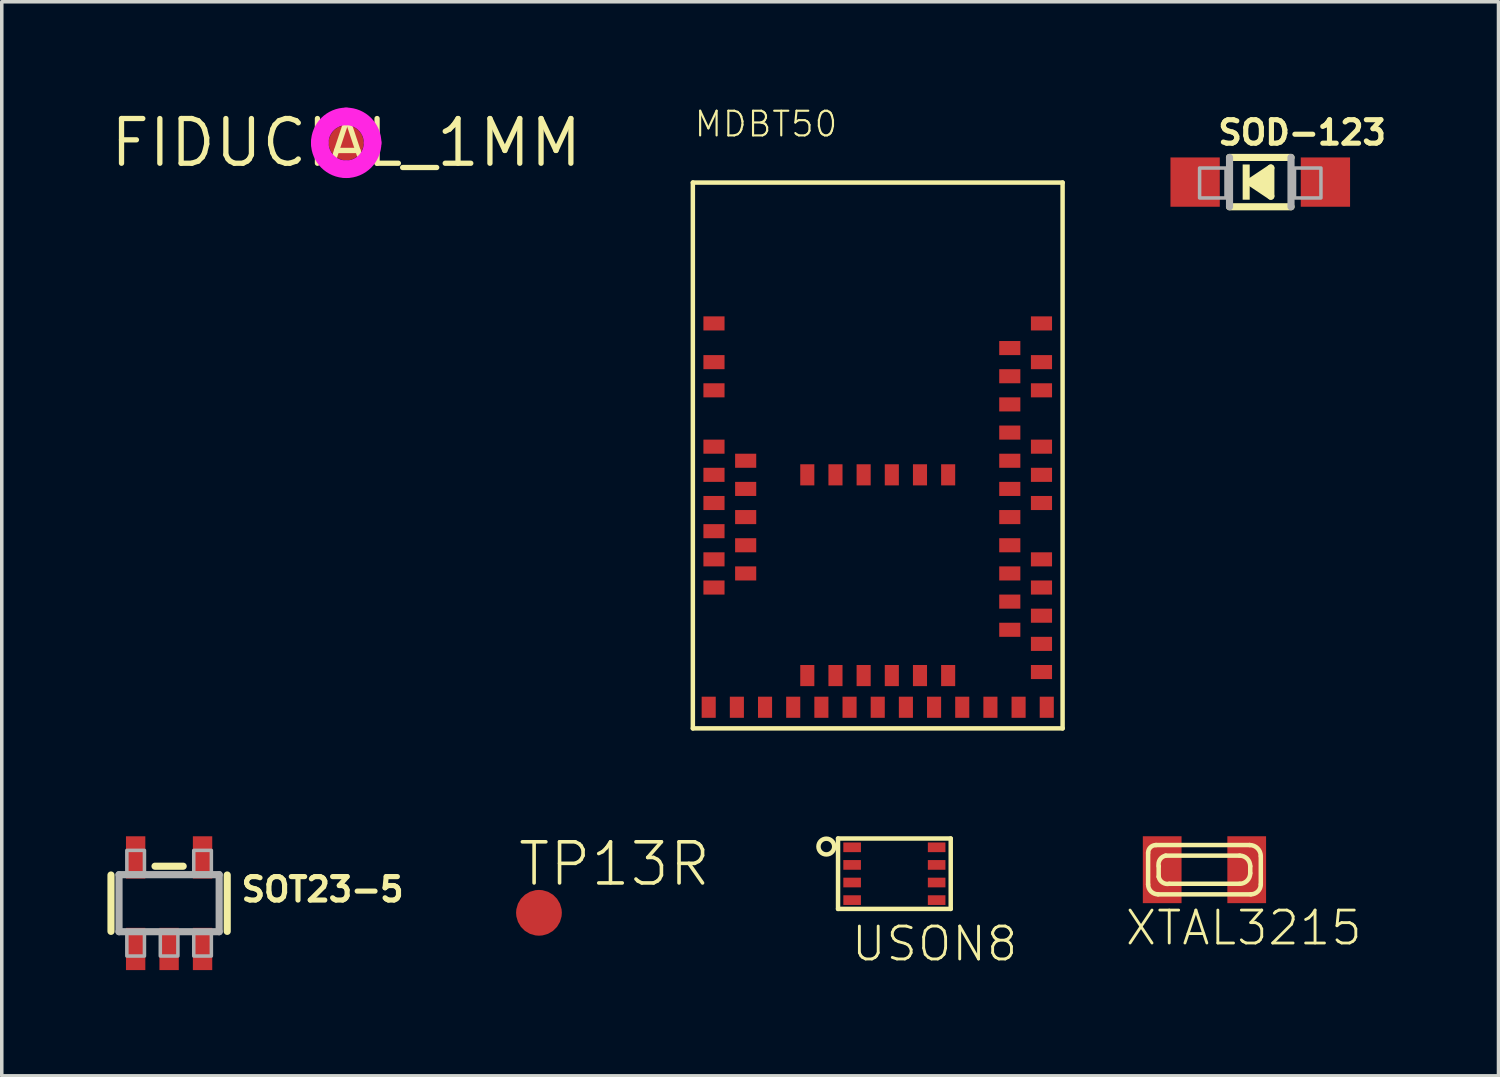
<source format=kicad_pcb>
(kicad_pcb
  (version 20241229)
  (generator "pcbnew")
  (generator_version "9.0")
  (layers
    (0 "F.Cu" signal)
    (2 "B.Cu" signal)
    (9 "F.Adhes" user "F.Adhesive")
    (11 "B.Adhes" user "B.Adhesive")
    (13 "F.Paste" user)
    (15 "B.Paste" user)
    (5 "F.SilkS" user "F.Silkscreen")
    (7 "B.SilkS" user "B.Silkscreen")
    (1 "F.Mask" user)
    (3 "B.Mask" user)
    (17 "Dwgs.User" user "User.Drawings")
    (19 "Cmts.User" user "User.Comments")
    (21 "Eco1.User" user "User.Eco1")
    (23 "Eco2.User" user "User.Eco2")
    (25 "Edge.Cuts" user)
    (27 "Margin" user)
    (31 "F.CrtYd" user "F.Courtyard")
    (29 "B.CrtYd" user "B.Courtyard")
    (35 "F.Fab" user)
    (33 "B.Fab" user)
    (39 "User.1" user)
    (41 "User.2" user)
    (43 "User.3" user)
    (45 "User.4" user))
  (footprint "USON8"
    (layer "F.Cu")
    (at 22.348 21.761)
    (property "Reference" "USON8" (at -1.27 2.54 0) (layer "F.SilkS") (effects (font (size 0.935 0.935) (thickness 0.081)) (justify left bottom)))
    (fp_line (start -1.6 -1) (end 1.6 -1) (stroke (width 0.127) (type solid)) (layer "F.SilkS"))
    (fp_line (start -1.6 1) (end -1.6 -1) (stroke (width 0.127) (type solid)) (layer "F.SilkS"))
    (fp_line (start 1.6 -1) (end 1.6 1) (stroke (width 0.127) (type solid)) (layer "F.SilkS"))
    (fp_line (start 1.6 1) (end -1.6 1) (stroke (width 0.127) (type solid)) (layer "F.SilkS"))
    (fp_circle (center -1.932 -0.771) (end -1.708 -0.771) (stroke (width 0.127) (type solid)) (fill no) (layer "F.SilkS"))
    (pad "1" smd rect (at -1.2 -0.75 90) (size 0.275 0.5) (layers "F.Cu" "F.Mask" "F.Paste"))
    (pad "2" smd rect (at -1.2 -0.25 90) (size 0.275 0.5) (layers "F.Cu" "F.Mask" "F.Paste"))
    (pad "3" smd rect (at -1.2 0.25 90) (size 0.275 0.5) (layers "F.Cu" "F.Mask" "F.Paste"))
    (pad "4" smd rect (at -1.2 0.75 90) (size 0.275 0.5) (layers "F.Cu" "F.Mask" "F.Paste"))
    (pad "5" smd rect (at 1.2 0.75 90) (size 0.275 0.5) (layers "F.Cu" "F.Mask" "F.Paste"))
    (pad "6" smd rect (at 1.2 0.25 90) (size 0.275 0.5) (layers "F.Cu" "F.Mask" "F.Paste"))
    (pad "7" smd rect (at 1.2 -0.25 90) (size 0.275 0.5) (layers "F.Cu" "F.Mask" "F.Paste"))
    (pad "8" smd rect (at 1.2 -0.75 90) (size 0.275 0.5) (layers "F.Cu" "F.Mask" "F.Paste")))
  (footprint "SOD-123"
    (layer "F.Cu")
    (at 32.738 2.121)
    (property "Reference" "SOD-123" (at -1.27 -1.016 0) (layer "F.SilkS") (effects (font (size 0.666 0.666) (thickness 0.146)) (justify left bottom)))
    (fp_line (start -0.873 -0.7) (end 0.873 -0.7) (stroke (width 0.203) (type solid)) (layer "F.SilkS"))
    (fp_line (start -0.3 0) (end 0.3 -0.4) (stroke (width 0.203) (type solid)) (layer "F.SilkS"))
    (fp_line (start 0.3 -0.4) (end 0.3 0.4) (stroke (width 0.203) (type solid)) (layer "F.SilkS"))
    (fp_line (start 0.3 0.4) (end -0.3 0) (stroke (width 0.203) (type solid)) (layer "F.SilkS"))
    (fp_line (start 0.873 0.7) (end -0.873 0.7) (stroke (width 0.203) (type solid)) (layer "F.SilkS"))
    (fp_poly (pts (xy 0.302 0.39) (xy -0.283 0) (xy 0.302 -0.39)) (stroke (width 0) (type solid)) (fill yes) (layer "F.SilkS"))
    (fp_poly (pts (xy -0.5 0.5) (xy -0.3 0.5) (xy -0.3 -0.5) (xy -0.5 -0.5)) (stroke (width 0) (type solid)) (fill yes) (layer "F.SilkS"))
    (fp_line (start -0.873 0.7) (end -0.873 -0.7) (stroke (width 0.203) (type solid)) (layer "F.Fab"))
    (fp_line (start 0.873 -0.7) (end 0.873 0.7) (stroke (width 0.203) (type solid)) (layer "F.Fab"))
    (fp_poly (pts (xy -1.723 0.45) (xy -0.973 0.45) (xy -0.973 -0.4) (xy -1.723 -0.4)) (stroke (width 0.1) (type solid)) (fill no) (layer "F.Fab"))
    (fp_poly (pts (xy 0.973 0.45) (xy 1.723 0.45) (xy 1.723 -0.4) (xy 0.973 -0.4)) (stroke (width 0.1) (type solid)) (fill no) (layer "F.Fab"))
    (pad "A" smd rect (at 1.85 0 90) (size 1.4 1.4) (layers "F.Cu" "F.Mask" "F.Paste"))
    (pad "C" smd rect (at -1.85 0 90) (size 1.4 1.4) (layers "F.Cu" "F.Mask" "F.Paste")))
  (footprint "FIDUCIAL_1MM"
    (layer "F.Cu")
    (at 6.781 1.006)
    (property "Reference" "FIDUCIAL_1MM" (at 0 0 0) (layer "F.SilkS") (effects (font (size 1.27 1.27) (thickness 0.15))))
    (fp_arc (start -0.75 0) (mid -0.53033 -0.53033) (end 0 -0.75) (stroke (width 0.5) (type solid)) (layer "F.Mask"))
    (fp_arc (start 0 -0.75) (mid 0.53033 -0.53033) (end 0.75 0) (stroke (width 0.5) (type solid)) (layer "F.Mask"))
    (fp_arc (start 0 0.75) (mid -0.53033 0.53033) (end -0.75 0) (stroke (width 0.5) (type solid)) (layer "F.Mask"))
    (fp_arc (start 0.75 0) (mid 0.53033 0.53033) (end 0 0.75) (stroke (width 0.5) (type solid)) (layer "F.Mask"))
    (fp_arc (start -0.75 0) (mid -0.53033 -0.53033) (end 0 -0.75) (stroke (width 0.5) (type solid)) (layer "F.CrtYd"))
    (fp_arc (start 0 -0.75) (mid 0.53033 -0.53033) (end 0.75 0) (stroke (width 0.5) (type solid)) (layer "F.CrtYd"))
    (fp_arc (start 0 0.75) (mid -0.53033 0.53033) (end -0.75 0) (stroke (width 0.5) (type solid)) (layer "F.CrtYd"))
    (fp_arc (start 0.75 0) (mid 0.53033 0.53033) (end 0 0.75) (stroke (width 0.5) (type solid)) (layer "F.CrtYd"))
    (pad "1" smd roundrect (at 0 0) (size 1 1) (layers "F.Cu" "F.Mask") (roundrect_rratio 0.5)))
  (footprint "SOT23-5"
    (layer "F.Cu")
    (at 1.752 22.598)
    (property "Reference" "SOT23-5" (at 1.978 0 0) (layer "F.SilkS") (effects (font (size 0.666 0.666) (thickness 0.146)) (justify left bottom)))
    (fp_line (start -1.65 -0.8) (end -1.65 0.8) (stroke (width 0.203) (type solid)) (layer "F.SilkS"))
    (fp_line (start -0.4 -1.05) (end 0.4 -1.05) (stroke (width 0.203) (type solid)) (layer "F.SilkS"))
    (fp_line (start 1.65 -0.8) (end 1.65 0.8) (stroke (width 0.203) (type solid)) (layer "F.SilkS"))
    (fp_line (start -1.422 -0.81) (end 1.422 -0.81) (stroke (width 0.203) (type solid)) (layer "F.Fab"))
    (fp_line (start -1.422 0.81) (end -1.422 -0.81) (stroke (width 0.203) (type solid)) (layer "F.Fab"))
    (fp_line (start 1.422 -0.81) (end 1.422 0.81) (stroke (width 0.203) (type solid)) (layer "F.Fab"))
    (fp_line (start 1.422 0.81) (end -1.422 0.81) (stroke (width 0.203) (type solid)) (layer "F.Fab"))
    (fp_poly (pts (xy -1.2 -0.85) (xy -0.7 -0.85) (xy -0.7 -1.5) (xy -1.2 -1.5)) (stroke (width 0.1) (type solid)) (fill no) (layer "F.Fab"))
    (fp_poly (pts (xy -1.2 1.5) (xy -0.7 1.5) (xy -0.7 0.85) (xy -1.2 0.85)) (stroke (width 0.1) (type solid)) (fill no) (layer "F.Fab"))
    (fp_poly (pts (xy -0.25 1.5) (xy 0.25 1.5) (xy 0.25 0.85) (xy -0.25 0.85)) (stroke (width 0.1) (type solid)) (fill no) (layer "F.Fab"))
    (fp_poly (pts (xy 0.7 -0.85) (xy 1.2 -0.85) (xy 1.2 -1.5) (xy 0.7 -1.5)) (stroke (width 0.1) (type solid)) (fill no) (layer "F.Fab"))
    (fp_poly (pts (xy 0.7 1.5) (xy 1.2 1.5) (xy 1.2 0.85) (xy 0.7 0.85)) (stroke (width 0.1) (type solid)) (fill no) (layer "F.Fab"))
    (pad "1" smd rect (at -0.95 1.3) (size 0.55 1.2) (layers "F.Cu" "F.Mask" "F.Paste"))
    (pad "2" smd rect (at 0 1.3) (size 0.55 1.2) (layers "F.Cu" "F.Mask" "F.Paste"))
    (pad "3" smd rect (at 0.95 1.3) (size 0.55 1.2) (layers "F.Cu" "F.Mask" "F.Paste"))
    (pad "4" smd rect (at 0.95 -1.3) (size 0.55 1.2) (layers "F.Cu" "F.Mask" "F.Paste"))
    (pad "5" smd rect (at -0.95 -1.3) (size 0.55 1.2) (layers "F.Cu" "F.Mask" "F.Paste")))
  (footprint "XTAL3215"
    (layer "F.Cu")
    (at 31.153 21.647)
    (property "Reference" "XTAL3215" (at -2.3 2.2 0) (layer "F.SilkS") (effects (font (size 0.935 0.935) (thickness 0.081)) (justify left bottom)))
    (fp_line (start -1.6 0.417) (end -1.6 -0.476) (stroke (width 0.127) (type solid)) (layer "F.SilkS"))
    (fp_line (start -1.376 -0.7) (end 1.284 -0.7) (stroke (width 0.127) (type solid)) (layer "F.SilkS"))
    (fp_line (start -1.3 0.2) (end -1.3 -0.1) (stroke (width 0.127) (type solid)) (layer "F.SilkS"))
    (fp_line (start -1.1 -0.4) (end 1 -0.4) (stroke (width 0.127) (type solid)) (layer "F.SilkS"))
    (fp_line (start 1 0.4) (end -1 0.4) (stroke (width 0.127) (type solid)) (layer "F.SilkS"))
    (fp_line (start 1.3 -0.1) (end 1.3 0.1) (stroke (width 0.127) (type solid)) (layer "F.SilkS"))
    (fp_line (start 1.317 0.7) (end -1.317 0.7) (stroke (width 0.127) (type solid)) (layer "F.SilkS"))
    (fp_line (start 1.6 -0.384) (end 1.6 0.417) (stroke (width 0.127) (type solid)) (layer "F.SilkS"))
    (fp_arc (start -1.6 -0.4764) (mid -1.534509 -0.634509) (end -1.3764 -0.7) (stroke (width 0.127) (type solid)) (layer "F.SilkS"))
    (fp_arc (start -1.3172 0.7) (mid -1.51717 0.61717) (end -1.6 0.4172) (stroke (width 0.127) (type solid)) (layer "F.SilkS"))
    (fp_arc (start -1.3 -0.1) (mid -1.262161 -0.291441) (end -1.099999 -0.399999) (stroke (width 0.127) (type solid)) (layer "F.SilkS"))
    (fp_arc (start -1 0.4) (mid -1.191422 0.362132) (end -1.300001 0.199999) (stroke (width 0.127) (type solid)) (layer "F.SilkS"))
    (fp_arc (start 1 -0.4) (mid 1.212103 -0.312103) (end 1.3 -0.1) (stroke (width 0.127) (type solid)) (layer "F.SilkS"))
    (fp_arc (start 1.2838 -0.7) (mid 1.507387 -0.607387) (end 1.6 -0.3838) (stroke (width 0.127) (type solid)) (layer "F.SilkS"))
    (fp_arc (start 1.3 0.1) (mid 1.212131 0.312132) (end 0.999999 0.399999) (stroke (width 0.127) (type solid)) (layer "F.SilkS"))
    (fp_arc (start 1.6 0.4172) (mid 1.51717 0.61717) (end 1.3172 0.7) (stroke (width 0.127) (type solid)) (layer "F.SilkS"))
    (pad "P$1" smd rect (at 1.2 0) (size 1.1 1.9) (layers "F.Cu" "F.Mask" "F.Paste"))
    (pad "P$2" smd rect (at -1.2 0 180) (size 1.1 1.9) (layers "F.Cu" "F.Mask" "F.Paste")))
  (footprint "TP13R"
    (layer "F.Cu")
    (at 12.255 22.871)
    (property "Reference" "TP13R" (at -0.65 -0.7 0) (layer "F.SilkS") (effects (font (size 1.168 1.168) (thickness 0.102)) (justify left bottom)))
    (pad "TP" smd roundrect (at 0 0) (size 1.3 1.3) (layers "F.Cu" "F.Mask") (roundrect_rratio 0.5)))
  (footprint "MDBT50"
    (layer "F.Cu")
    (at 21.875 9.884)
    (property "Reference" "MDBT50" (at -5.25 -9 0) (layer "F.SilkS") (effects (font (size 0.701 0.701) (thickness 0.061)) (justify left bottom)))
    (fp_line (start -5.25 -7.75) (end 5.25 -7.75) (stroke (width 0.127) (type solid)) (layer "F.SilkS"))
    (fp_line (start -5.25 7.75) (end -5.25 -7.75) (stroke (width 0.127) (type solid)) (layer "F.SilkS"))
    (fp_line (start 5.25 -7.75) (end 5.25 7.75) (stroke (width 0.127) (type solid)) (layer "F.SilkS"))
    (fp_line (start 5.25 7.75) (end -5.25 7.75) (stroke (width 0.127) (type solid)) (layer "F.SilkS"))
    (pad "1" smd rect (at -4.65 -3.75) (size 0.6 0.4) (layers "F.Cu" "F.Mask" "F.Paste"))
    (pad "2" smd rect (at -4.65 -2.65 180) (size 0.6 0.4) (layers "F.Cu" "F.Mask" "F.Paste"))
    (pad "3" smd rect (at -4.65 -1.85) (size 0.6 0.4) (layers "F.Cu" "F.Mask" "F.Paste"))
    (pad "4" smd rect (at -4.65 -0.25) (size 0.6 0.4) (layers "F.Cu" "F.Mask" "F.Paste"))
    (pad "5" smd rect (at -3.75 0.15) (size 0.6 0.4) (layers "F.Cu" "F.Mask" "F.Paste"))
    (pad "6" smd rect (at -4.65 0.55 180) (size 0.6 0.4) (layers "F.Cu" "F.Mask" "F.Paste"))
    (pad "7" smd rect (at -3.75 0.95) (size 0.6 0.4) (layers "F.Cu" "F.Mask" "F.Paste"))
    (pad "8" smd rect (at -4.65 1.35) (size 0.6 0.4) (layers "F.Cu" "F.Mask" "F.Paste"))
    (pad "9" smd rect (at -3.75 1.75) (size 0.6 0.4) (layers "F.Cu" "F.Mask" "F.Paste"))
    (pad "10" smd rect (at -4.65 2.15) (size 0.6 0.4) (layers "F.Cu" "F.Mask" "F.Paste"))
    (pad "11" smd rect (at -3.75 2.55) (size 0.6 0.4) (layers "F.Cu" "F.Mask" "F.Paste"))
    (pad "12" smd rect (at -4.65 2.95) (size 0.6 0.4) (layers "F.Cu" "F.Mask" "F.Paste"))
    (pad "13" smd rect (at -3.75 3.35) (size 0.6 0.4) (layers "F.Cu" "F.Mask" "F.Paste"))
    (pad "14" smd rect (at -4.65 3.75) (size 0.6 0.4) (layers "F.Cu" "F.Mask" "F.Paste"))
    (pad "15" smd rect (at -4.8 7.15 270) (size 0.6 0.4) (layers "F.Cu" "F.Mask" "F.Paste"))
    (pad "16" smd rect (at -4 7.15 270) (size 0.6 0.4) (layers "F.Cu" "F.Mask" "F.Paste"))
    (pad "17" smd rect (at -3.2 7.15 270) (size 0.6 0.4) (layers "F.Cu" "F.Mask" "F.Paste"))
    (pad "18" smd rect (at -2.4 7.15 90) (size 0.6 0.4) (layers "F.Cu" "F.Mask" "F.Paste"))
    (pad "19" smd rect (at -2 6.25 270) (size 0.6 0.4) (layers "F.Cu" "F.Mask" "F.Paste"))
    (pad "20" smd rect (at -1.6 7.15 90) (size 0.6 0.4) (layers "F.Cu" "F.Mask" "F.Paste"))
    (pad "21" smd rect (at -1.2 6.25 270) (size 0.6 0.4) (layers "F.Cu" "F.Mask" "F.Paste"))
    (pad "22" smd rect (at -0.8 7.15 90) (size 0.6 0.4) (layers "F.Cu" "F.Mask" "F.Paste"))
    (pad "23" smd rect (at -0.4 6.25 270) (size 0.6 0.4) (layers "F.Cu" "F.Mask" "F.Paste"))
    (pad "24" smd rect (at 0 7.15 90) (size 0.6 0.4) (layers "F.Cu" "F.Mask" "F.Paste"))
    (pad "25" smd rect (at 0.4 6.25 270) (size 0.6 0.4) (layers "F.Cu" "F.Mask" "F.Paste"))
    (pad "26" smd rect (at 0.8 7.15 90) (size 0.6 0.4) (layers "F.Cu" "F.Mask" "F.Paste"))
    (pad "27" smd rect (at 1.2 6.25 270) (size 0.6 0.4) (layers "F.Cu" "F.Mask" "F.Paste"))
    (pad "28" smd rect (at 1.6 7.15 90) (size 0.6 0.4) (layers "F.Cu" "F.Mask" "F.Paste"))
    (pad "29" smd rect (at 2 6.25 270) (size 0.6 0.4) (layers "F.Cu" "F.Mask" "F.Paste"))
    (pad "30" smd rect (at 2.4 7.15 90) (size 0.6 0.4) (layers "F.Cu" "F.Mask" "F.Paste"))
    (pad "31" smd rect (at 3.2 7.15 270) (size 0.6 0.4) (layers "F.Cu" "F.Mask" "F.Paste"))
    (pad "32" smd rect (at 4 7.15 270) (size 0.6 0.4) (layers "F.Cu" "F.Mask" "F.Paste"))
    (pad "33" smd rect (at 4.8 7.15 270) (size 0.6 0.4) (layers "F.Cu" "F.Mask" "F.Paste"))
    (pad "34" smd rect (at 4.65 6.15 180) (size 0.6 0.4) (layers "F.Cu" "F.Mask" "F.Paste"))
    (pad "35" smd rect (at 4.65 5.35 180) (size 0.6 0.4) (layers "F.Cu" "F.Mask" "F.Paste"))
    (pad "36" smd rect (at 3.75 4.95 180) (size 0.6 0.4) (layers "F.Cu" "F.Mask" "F.Paste"))
    (pad "37" smd rect (at 4.65 4.55 180) (size 0.6 0.4) (layers "F.Cu" "F.Mask" "F.Paste"))
    (pad "38" smd rect (at 3.75 4.15 180) (size 0.6 0.4) (layers "F.Cu" "F.Mask" "F.Paste"))
    (pad "39" smd rect (at 4.65 3.75 180) (size 0.6 0.4) (layers "F.Cu" "F.Mask" "F.Paste"))
    (pad "40" smd rect (at 3.75 3.35 180) (size 0.6 0.4) (layers "F.Cu" "F.Mask" "F.Paste"))
    (pad "41" smd rect (at 4.65 2.95 180) (size 0.6 0.4) (layers "F.Cu" "F.Mask" "F.Paste"))
    (pad "42" smd rect (at 3.75 2.55 180) (size 0.6 0.4) (layers "F.Cu" "F.Mask" "F.Paste"))
    (pad "43" smd rect (at 3.75 1.75 180) (size 0.6 0.4) (layers "F.Cu" "F.Mask" "F.Paste"))
    (pad "44" smd rect (at 4.65 1.35 180) (size 0.6 0.4) (layers "F.Cu" "F.Mask" "F.Paste"))
    (pad "45" smd rect (at 3.75 0.95 180) (size 0.6 0.4) (layers "F.Cu" "F.Mask" "F.Paste"))
    (pad "46" smd rect (at 4.65 0.55 180) (size 0.6 0.4) (layers "F.Cu" "F.Mask" "F.Paste"))
    (pad "47" smd rect (at 3.75 0.15 180) (size 0.6 0.4) (layers "F.Cu" "F.Mask" "F.Paste"))
    (pad "48" smd rect (at 4.65 -0.25 180) (size 0.6 0.4) (layers "F.Cu" "F.Mask" "F.Paste"))
    (pad "49" smd rect (at 3.75 -0.65 180) (size 0.6 0.4) (layers "F.Cu" "F.Mask" "F.Paste"))
    (pad "50" smd rect (at 3.75 -1.45 180) (size 0.6 0.4) (layers "F.Cu" "F.Mask" "F.Paste"))
    (pad "51" smd rect (at 4.65 -1.85 180) (size 0.6 0.4) (layers "F.Cu" "F.Mask" "F.Paste"))
    (pad "52" smd rect (at 3.75 -2.25 180) (size 0.6 0.4) (layers "F.Cu" "F.Mask" "F.Paste"))
    (pad "53" smd rect (at 4.65 -2.65 180) (size 0.6 0.4) (layers "F.Cu" "F.Mask" "F.Paste"))
    (pad "54" smd rect (at 3.75 -3.05 180) (size 0.6 0.4) (layers "F.Cu" "F.Mask" "F.Paste"))
    (pad "55" smd rect (at 4.65 -3.75 180) (size 0.6 0.4) (layers "F.Cu" "F.Mask" "F.Paste"))
    (pad "56" smd rect (at -2 0.55 270) (size 0.6 0.4) (layers "F.Cu" "F.Mask" "F.Paste"))
    (pad "57" smd rect (at -1.2 0.55 270) (size 0.6 0.4) (layers "F.Cu" "F.Mask" "F.Paste"))
    (pad "58" smd rect (at -0.4 0.55 270) (size 0.6 0.4) (layers "F.Cu" "F.Mask" "F.Paste"))
    (pad "59" smd rect (at 0.4 0.55 270) (size 0.6 0.4) (layers "F.Cu" "F.Mask" "F.Paste"))
    (pad "60" smd rect (at 1.2 0.55 270) (size 0.6 0.4) (layers "F.Cu" "F.Mask" "F.Paste"))
    (pad "61" smd rect (at 2 0.55 270) (size 0.6 0.4) (layers "F.Cu" "F.Mask" "F.Paste")))
  (gr_rect
    (start -3 -3)
    (end 39.503 27.501)
    (stroke (width 0.1) (type default))
    (fill no)
    (layer "Edge.Cuts")))
</source>
